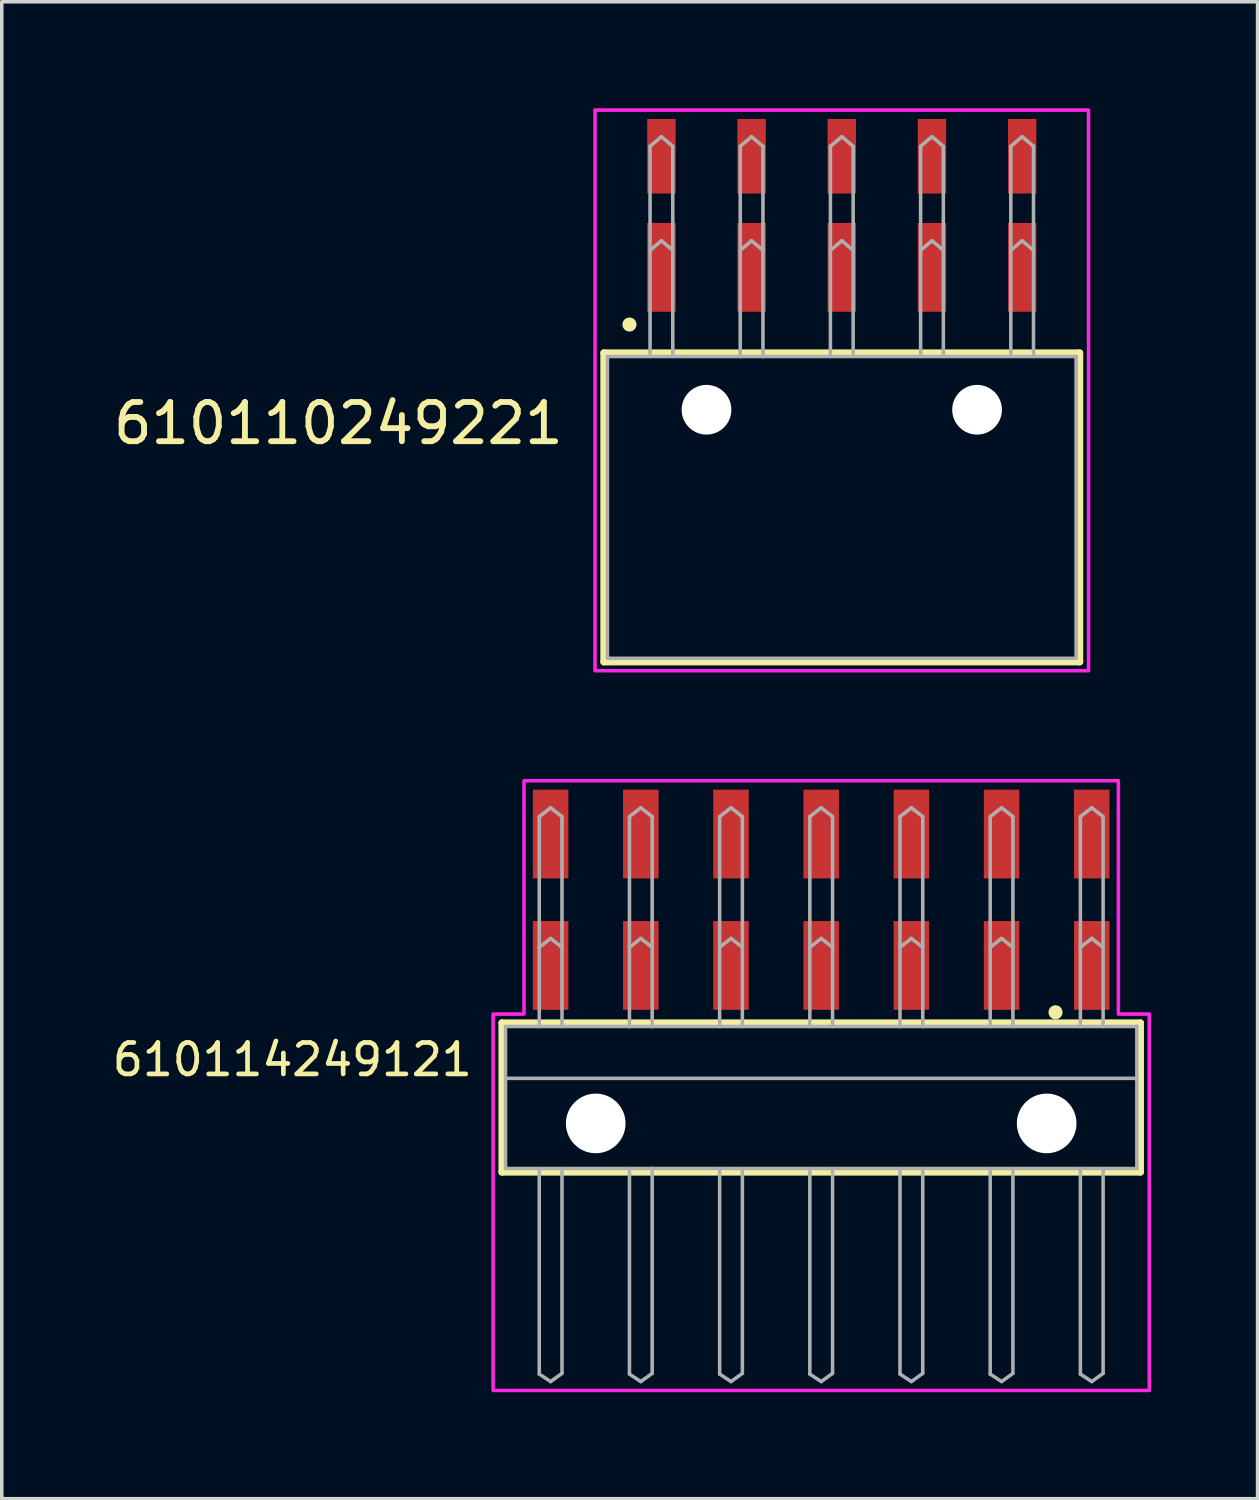
<source format=kicad_pcb>
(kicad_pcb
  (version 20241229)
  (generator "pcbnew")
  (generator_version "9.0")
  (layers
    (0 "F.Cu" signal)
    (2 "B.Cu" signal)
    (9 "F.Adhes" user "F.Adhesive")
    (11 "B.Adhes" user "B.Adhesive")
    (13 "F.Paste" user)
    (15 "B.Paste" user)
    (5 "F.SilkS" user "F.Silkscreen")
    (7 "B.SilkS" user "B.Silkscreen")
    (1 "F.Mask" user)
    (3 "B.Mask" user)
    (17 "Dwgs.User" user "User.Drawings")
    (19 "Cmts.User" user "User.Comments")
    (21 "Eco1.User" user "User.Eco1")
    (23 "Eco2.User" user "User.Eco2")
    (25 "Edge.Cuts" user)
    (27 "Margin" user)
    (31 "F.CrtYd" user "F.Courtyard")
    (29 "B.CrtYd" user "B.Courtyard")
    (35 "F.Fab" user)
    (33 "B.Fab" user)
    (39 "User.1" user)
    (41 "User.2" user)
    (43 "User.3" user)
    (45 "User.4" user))
  (footprint "610114249121"
    (layer "F.Cu")
    (at 20.078 28.59)
    (property "Reference" "610114249121" (at -9.756 -1.28 0) (unlocked yes) (layer "F.SilkS") (effects (font (size 0.884 0.884) (thickness 0.132)) (justify right bottom)))
    (fp_line (start -8.99 -2.83) (end 8.99 -2.83) (stroke (width 0.2) (type solid)) (layer "F.SilkS"))
    (fp_line (start -8.99 1.37) (end -8.99 -2.83) (stroke (width 0.2) (type solid)) (layer "F.SilkS"))
    (fp_line (start 8.99 -2.83) (end 8.99 1.37) (stroke (width 0.2) (type solid)) (layer "F.SilkS"))
    (fp_line (start 8.99 1.37) (end -8.99 1.37) (stroke (width 0.2) (type solid)) (layer "F.SilkS"))
    (fp_circle (center 6.6 -3.13) (end 6.7 -3.13) (stroke (width 0.2) (type solid)) (fill no) (layer "F.SilkS"))
    (fp_poly (pts (xy 8.37 -3.08) (xy 9.24 -3.08) (xy 9.24 7.52) (xy -9.24 7.52) (xy -9.24 -3.08) (xy -8.37 -3.08) (xy -8.37 -9.65) (xy 8.37 -9.65)) (stroke (width 0.1) (type default)) (fill no) (layer "F.CrtYd"))
    (fp_line (start -8.89 -2.73) (end -8.89 1.27) (stroke (width 0.1) (type solid)) (layer "F.Fab"))
    (fp_line (start -8.88 -1.27) (end 8.88 -1.27) (stroke (width 0.1) (type solid)) (layer "F.Fab"))
    (fp_line (start -7.94 -4.96) (end -7.94 -8.64) (stroke (width 0.1) (type solid)) (layer "F.Fab"))
    (fp_line (start -7.94 -2.73) (end -7.94 -4.96) (stroke (width 0.1) (type solid)) (layer "F.Fab"))
    (fp_line (start -7.94 1.27) (end -7.94 7.06) (stroke (width 0.1) (type solid)) (layer "F.Fab"))
    (fp_line (start -7.94 7.06) (end -7.62 7.27) (stroke (width 0.1) (type solid)) (layer "F.Fab"))
    (fp_line (start -7.62 -8.89) (end -7.94 -8.64) (stroke (width 0.1) (type solid)) (layer "F.Fab"))
    (fp_line (start -7.62 -8.89) (end -7.3 -8.64) (stroke (width 0.1) (type solid)) (layer "F.Fab"))
    (fp_line (start -7.62 -5.21) (end -7.94 -4.96) (stroke (width 0.1) (type solid)) (layer "F.Fab"))
    (fp_line (start -7.62 -5.21) (end -7.3 -4.96) (stroke (width 0.1) (type solid)) (layer "F.Fab"))
    (fp_line (start -7.62 7.27) (end -7.3 7.04) (stroke (width 0.1) (type solid)) (layer "F.Fab"))
    (fp_line (start -7.3 -8.64) (end -7.3 -4.96) (stroke (width 0.1) (type solid)) (layer "F.Fab"))
    (fp_line (start -7.3 -4.96) (end -7.3 -2.73) (stroke (width 0.1) (type solid)) (layer "F.Fab"))
    (fp_line (start -7.3 7.04) (end -7.3 1.27) (stroke (width 0.1) (type solid)) (layer "F.Fab"))
    (fp_line (start -5.4 -4.96) (end -5.4 -8.64) (stroke (width 0.1) (type solid)) (layer "F.Fab"))
    (fp_line (start -5.4 -2.73) (end -8.89 -2.73) (stroke (width 0.1) (type solid)) (layer "F.Fab"))
    (fp_line (start -5.4 -2.73) (end -5.4 -4.96) (stroke (width 0.1) (type solid)) (layer "F.Fab"))
    (fp_line (start -5.4 1.27) (end -8.89 1.27) (stroke (width 0.1) (type solid)) (layer "F.Fab"))
    (fp_line (start -5.4 1.27) (end -5.4 7.06) (stroke (width 0.1) (type solid)) (layer "F.Fab"))
    (fp_line (start -5.4 7.06) (end -5.08 7.27) (stroke (width 0.1) (type solid)) (layer "F.Fab"))
    (fp_line (start -5.08 -8.89) (end -5.4 -8.64) (stroke (width 0.1) (type solid)) (layer "F.Fab"))
    (fp_line (start -5.08 -8.89) (end -4.76 -8.64) (stroke (width 0.1) (type solid)) (layer "F.Fab"))
    (fp_line (start -5.08 -5.21) (end -5.4 -4.96) (stroke (width 0.1) (type solid)) (layer "F.Fab"))
    (fp_line (start -5.08 -5.21) (end -4.76 -4.96) (stroke (width 0.1) (type solid)) (layer "F.Fab"))
    (fp_line (start -5.08 7.27) (end -4.76 7.04) (stroke (width 0.1) (type solid)) (layer "F.Fab"))
    (fp_line (start -4.76 -8.64) (end -4.76 -4.96) (stroke (width 0.1) (type solid)) (layer "F.Fab"))
    (fp_line (start -4.76 -4.96) (end -4.76 -2.73) (stroke (width 0.1) (type solid)) (layer "F.Fab"))
    (fp_line (start -4.76 -2.73) (end -5.4 -2.73) (stroke (width 0.1) (type solid)) (layer "F.Fab"))
    (fp_line (start -4.76 1.27) (end -5.4 1.27) (stroke (width 0.1) (type solid)) (layer "F.Fab"))
    (fp_line (start -4.76 7.04) (end -4.76 1.27) (stroke (width 0.1) (type solid)) (layer "F.Fab"))
    (fp_line (start -2.86 -4.96) (end -2.86 -8.64) (stroke (width 0.1) (type solid)) (layer "F.Fab"))
    (fp_line (start -2.86 -2.73) (end -2.86 -4.96) (stroke (width 0.1) (type solid)) (layer "F.Fab"))
    (fp_line (start -2.86 1.27) (end -2.86 7.06) (stroke (width 0.1) (type solid)) (layer "F.Fab"))
    (fp_line (start -2.86 7.06) (end -2.54 7.27) (stroke (width 0.1) (type solid)) (layer "F.Fab"))
    (fp_line (start -2.54 -8.89) (end -2.86 -8.64) (stroke (width 0.1) (type solid)) (layer "F.Fab"))
    (fp_line (start -2.54 -8.89) (end -2.22 -8.64) (stroke (width 0.1) (type solid)) (layer "F.Fab"))
    (fp_line (start -2.54 -5.21) (end -2.86 -4.96) (stroke (width 0.1) (type solid)) (layer "F.Fab"))
    (fp_line (start -2.54 -5.21) (end -2.22 -4.96) (stroke (width 0.1) (type solid)) (layer "F.Fab"))
    (fp_line (start -2.54 7.27) (end -2.22 7.04) (stroke (width 0.1) (type solid)) (layer "F.Fab"))
    (fp_line (start -2.22 -8.64) (end -2.22 -4.96) (stroke (width 0.1) (type solid)) (layer "F.Fab"))
    (fp_line (start -2.22 -4.96) (end -2.22 -2.73) (stroke (width 0.1) (type solid)) (layer "F.Fab"))
    (fp_line (start -2.22 7.04) (end -2.22 1.27) (stroke (width 0.1) (type solid)) (layer "F.Fab"))
    (fp_line (start -0.32 -4.96) (end -0.32 -8.64) (stroke (width 0.1) (type solid)) (layer "F.Fab"))
    (fp_line (start -0.32 -2.73) (end -0.32 -4.96) (stroke (width 0.1) (type solid)) (layer "F.Fab"))
    (fp_line (start -0.32 1.27) (end -0.32 7.06) (stroke (width 0.1) (type solid)) (layer "F.Fab"))
    (fp_line (start -0.32 7.06) (end 0 7.27) (stroke (width 0.1) (type solid)) (layer "F.Fab"))
    (fp_line (start 0 -8.89) (end -0.32 -8.64) (stroke (width 0.1) (type solid)) (layer "F.Fab"))
    (fp_line (start 0 -8.89) (end 0.32 -8.64) (stroke (width 0.1) (type solid)) (layer "F.Fab"))
    (fp_line (start 0 -5.21) (end -0.32 -4.96) (stroke (width 0.1) (type solid)) (layer "F.Fab"))
    (fp_line (start 0 -5.21) (end 0.32 -4.96) (stroke (width 0.1) (type solid)) (layer "F.Fab"))
    (fp_line (start 0 7.27) (end 0.32 7.04) (stroke (width 0.1) (type solid)) (layer "F.Fab"))
    (fp_line (start 0.32 -8.64) (end 0.32 -4.96) (stroke (width 0.1) (type solid)) (layer "F.Fab"))
    (fp_line (start 0.32 -4.96) (end 0.32 -2.73) (stroke (width 0.1) (type solid)) (layer "F.Fab"))
    (fp_line (start 0.32 7.04) (end 0.32 1.27) (stroke (width 0.1) (type solid)) (layer "F.Fab"))
    (fp_line (start 2.22 -4.96) (end 2.22 -8.64) (stroke (width 0.1) (type solid)) (layer "F.Fab"))
    (fp_line (start 2.22 -2.73) (end 2.22 -4.96) (stroke (width 0.1) (type solid)) (layer "F.Fab"))
    (fp_line (start 2.22 1.27) (end 2.22 7.06) (stroke (width 0.1) (type solid)) (layer "F.Fab"))
    (fp_line (start 2.22 7.06) (end 2.54 7.27) (stroke (width 0.1) (type solid)) (layer "F.Fab"))
    (fp_line (start 2.54 -8.89) (end 2.22 -8.64) (stroke (width 0.1) (type solid)) (layer "F.Fab"))
    (fp_line (start 2.54 -8.89) (end 2.86 -8.64) (stroke (width 0.1) (type solid)) (layer "F.Fab"))
    (fp_line (start 2.54 -5.21) (end 2.22 -4.96) (stroke (width 0.1) (type solid)) (layer "F.Fab"))
    (fp_line (start 2.54 -5.21) (end 2.86 -4.96) (stroke (width 0.1) (type solid)) (layer "F.Fab"))
    (fp_line (start 2.54 7.27) (end 2.86 7.04) (stroke (width 0.1) (type solid)) (layer "F.Fab"))
    (fp_line (start 2.86 -8.64) (end 2.86 -4.96) (stroke (width 0.1) (type solid)) (layer "F.Fab"))
    (fp_line (start 2.86 -4.96) (end 2.86 -2.73) (stroke (width 0.1) (type solid)) (layer "F.Fab"))
    (fp_line (start 2.86 7.04) (end 2.86 1.27) (stroke (width 0.1) (type solid)) (layer "F.Fab"))
    (fp_line (start 4.76 -4.96) (end 4.76 -8.64) (stroke (width 0.1) (type solid)) (layer "F.Fab"))
    (fp_line (start 4.76 -2.73) (end 4.76 -4.96) (stroke (width 0.1) (type solid)) (layer "F.Fab"))
    (fp_line (start 4.76 1.27) (end 4.76 7.06) (stroke (width 0.1) (type solid)) (layer "F.Fab"))
    (fp_line (start 4.76 7.06) (end 5.08 7.27) (stroke (width 0.1) (type solid)) (layer "F.Fab"))
    (fp_line (start 5.08 -8.89) (end 4.76 -8.64) (stroke (width 0.1) (type solid)) (layer "F.Fab"))
    (fp_line (start 5.08 -8.89) (end 5.4 -8.64) (stroke (width 0.1) (type solid)) (layer "F.Fab"))
    (fp_line (start 5.08 -5.21) (end 4.76 -4.96) (stroke (width 0.1) (type solid)) (layer "F.Fab"))
    (fp_line (start 5.08 -5.21) (end 5.4 -4.96) (stroke (width 0.1) (type solid)) (layer "F.Fab"))
    (fp_line (start 5.08 7.27) (end 5.4 7.04) (stroke (width 0.1) (type solid)) (layer "F.Fab"))
    (fp_line (start 5.4 -8.64) (end 5.4 -4.96) (stroke (width 0.1) (type solid)) (layer "F.Fab"))
    (fp_line (start 5.4 -4.96) (end 5.4 -2.73) (stroke (width 0.1) (type solid)) (layer "F.Fab"))
    (fp_line (start 5.4 7.04) (end 5.4 1.27) (stroke (width 0.1) (type solid)) (layer "F.Fab"))
    (fp_line (start 7.3 -4.96) (end 7.3 -8.64) (stroke (width 0.1) (type solid)) (layer "F.Fab"))
    (fp_line (start 7.3 -2.73) (end 7.3 -4.96) (stroke (width 0.1) (type solid)) (layer "F.Fab"))
    (fp_line (start 7.3 1.27) (end 7.3 7.06) (stroke (width 0.1) (type solid)) (layer "F.Fab"))
    (fp_line (start 7.3 7.06) (end 7.62 7.27) (stroke (width 0.1) (type solid)) (layer "F.Fab"))
    (fp_line (start 7.62 -8.89) (end 7.3 -8.64) (stroke (width 0.1) (type solid)) (layer "F.Fab"))
    (fp_line (start 7.62 -8.89) (end 7.94 -8.64) (stroke (width 0.1) (type solid)) (layer "F.Fab"))
    (fp_line (start 7.62 -5.21) (end 7.3 -4.96) (stroke (width 0.1) (type solid)) (layer "F.Fab"))
    (fp_line (start 7.62 -5.21) (end 7.94 -4.96) (stroke (width 0.1) (type solid)) (layer "F.Fab"))
    (fp_line (start 7.62 7.27) (end 7.94 7.04) (stroke (width 0.1) (type solid)) (layer "F.Fab"))
    (fp_line (start 7.94 -8.64) (end 7.94 -4.96) (stroke (width 0.1) (type solid)) (layer "F.Fab"))
    (fp_line (start 7.94 -4.96) (end 7.94 -2.73) (stroke (width 0.1) (type solid)) (layer "F.Fab"))
    (fp_line (start 7.94 7.04) (end 7.94 1.27) (stroke (width 0.1) (type solid)) (layer "F.Fab"))
    (fp_line (start 8.89 -2.73) (end -4.76 -2.73) (stroke (width 0.1) (type solid)) (layer "F.Fab"))
    (fp_line (start 8.89 -2.73) (end 8.89 1.27) (stroke (width 0.1) (type solid)) (layer "F.Fab"))
    (fp_line (start 8.89 1.27) (end -4.76 1.27) (stroke (width 0.1) (type solid)) (layer "F.Fab"))
    (pad "" np_thru_hole circle (at -6.35 0) (size 1.68 1.68) (drill 1.68) (layers "*.Cu" "*.Mask"))
    (pad "" np_thru_hole circle (at 6.35 0) (size 1.68 1.68) (drill 1.68) (layers "*.Cu" "*.Mask"))
    (pad "1" smd rect (at 7.62 -4.45) (size 1 2.5) (layers "F.Cu" "F.Mask" "F.Paste"))
    (pad "2" smd rect (at 7.62 -8.15) (size 1 2.5) (layers "F.Cu" "F.Mask" "F.Paste"))
    (pad "3" smd rect (at 5.08 -4.45) (size 1 2.5) (layers "F.Cu" "F.Mask" "F.Paste"))
    (pad "4" smd rect (at 5.08 -8.15) (size 1 2.5) (layers "F.Cu" "F.Mask" "F.Paste"))
    (pad "5" smd rect (at 2.54 -4.45) (size 1 2.5) (layers "F.Cu" "F.Mask" "F.Paste"))
    (pad "6" smd rect (at 2.54 -8.15 180) (size 1 2.5) (layers "F.Cu" "F.Mask" "F.Paste"))
    (pad "7" smd rect (at 0 -4.45) (size 1 2.5) (layers "F.Cu" "F.Mask" "F.Paste"))
    (pad "8" smd rect (at 0 -8.15 180) (size 1 2.5) (layers "F.Cu" "F.Mask" "F.Paste"))
    (pad "9" smd rect (at -2.54 -4.45) (size 1 2.5) (layers "F.Cu" "F.Mask" "F.Paste"))
    (pad "10" smd rect (at -2.54 -8.15 180) (size 1 2.5) (layers "F.Cu" "F.Mask" "F.Paste"))
    (pad "11" smd rect (at -5.08 -4.45) (size 1 2.5) (layers "F.Cu" "F.Mask" "F.Paste"))
    (pad "12" smd rect (at -5.08 -8.15 180) (size 1 2.5) (layers "F.Cu" "F.Mask" "F.Paste"))
    (pad "13" smd rect (at -7.62 -4.45) (size 1 2.5) (layers "F.Cu" "F.Mask" "F.Paste"))
    (pad "14" smd rect (at -7.62 -8.15 180) (size 1 2.5) (layers "F.Cu" "F.Mask" "F.Paste")))
  (footprint "610110249221"
    (layer "F.Cu")
    (at 20.658 11.24)
    (property "Reference" "610110249221" (at -7.756 -1.72 0) (unlocked yes) (layer "F.SilkS") (effects (font (size 1.105 1.105) (thickness 0.165)) (justify right bottom)))
    (fp_line (start -6.7 -4.35) (end 6.7 -4.35) (stroke (width 0.2) (type solid)) (layer "F.SilkS"))
    (fp_line (start -6.7 4.35) (end -6.7 -4.35) (stroke (width 0.2) (type solid)) (layer "F.SilkS"))
    (fp_line (start 6.7 -4.35) (end 6.7 4.35) (stroke (width 0.2) (type solid)) (layer "F.SilkS"))
    (fp_line (start 6.7 4.35) (end -6.7 4.35) (stroke (width 0.2) (type solid)) (layer "F.SilkS"))
    (fp_circle (center -5.98 -5.15) (end -5.88 -5.15) (stroke (width 0.2) (type solid)) (fill no) (layer "F.SilkS"))
    (fp_poly (pts (xy 6.95 4.6) (xy -6.95 4.6) (xy -6.95 -11.19) (xy 6.95 -11.19)) (stroke (width 0.1) (type default)) (fill no) (layer "F.CrtYd"))
    (fp_line (start -6.6 -4.25) (end -6.6 4.25) (stroke (width 0.1) (type solid)) (layer "F.Fab"))
    (fp_line (start -5.4 -10.17) (end -5.4 -4.25) (stroke (width 0.1) (type solid)) (layer "F.Fab"))
    (fp_line (start -5.4 -10.17) (end -5.08 -10.44) (stroke (width 0.1) (type solid)) (layer "F.Fab"))
    (fp_line (start -5.4 -7.24) (end -5.08 -7.51) (stroke (width 0.1) (type solid)) (layer "F.Fab"))
    (fp_line (start -5.08 -10.44) (end -4.76 -10.17) (stroke (width 0.1) (type solid)) (layer "F.Fab"))
    (fp_line (start -5.08 -7.51) (end -4.76 -7.24) (stroke (width 0.1) (type solid)) (layer "F.Fab"))
    (fp_line (start -4.76 -10.17) (end -4.76 -4.25) (stroke (width 0.1) (type solid)) (layer "F.Fab"))
    (fp_line (start -2.86 -10.17) (end -2.86 -4.25) (stroke (width 0.1) (type solid)) (layer "F.Fab"))
    (fp_line (start -2.86 -10.17) (end -2.54 -10.44) (stroke (width 0.1) (type solid)) (layer "F.Fab"))
    (fp_line (start -2.86 -7.24) (end -2.54 -7.51) (stroke (width 0.1) (type solid)) (layer "F.Fab"))
    (fp_line (start -2.86 -4.25) (end -6.6 -4.25) (stroke (width 0.1) (type solid)) (layer "F.Fab"))
    (fp_line (start -2.54 -10.44) (end -2.22 -10.17) (stroke (width 0.1) (type solid)) (layer "F.Fab"))
    (fp_line (start -2.54 -7.51) (end -2.22 -7.24) (stroke (width 0.1) (type solid)) (layer "F.Fab"))
    (fp_line (start -2.22 -10.17) (end -2.22 -4.25) (stroke (width 0.1) (type solid)) (layer "F.Fab"))
    (fp_line (start -2.22 -4.25) (end -2.86 -4.25) (stroke (width 0.1) (type solid)) (layer "F.Fab"))
    (fp_line (start -0.32 -10.17) (end -0.32 -4.25) (stroke (width 0.1) (type solid)) (layer "F.Fab"))
    (fp_line (start -0.32 -10.17) (end 0 -10.44) (stroke (width 0.1) (type solid)) (layer "F.Fab"))
    (fp_line (start -0.32 -7.24) (end 0 -7.51) (stroke (width 0.1) (type solid)) (layer "F.Fab"))
    (fp_line (start 0 -10.44) (end 0.32 -10.17) (stroke (width 0.1) (type solid)) (layer "F.Fab"))
    (fp_line (start 0 -7.51) (end 0.32 -7.24) (stroke (width 0.1) (type solid)) (layer "F.Fab"))
    (fp_line (start 0.32 -10.17) (end 0.32 -4.25) (stroke (width 0.1) (type solid)) (layer "F.Fab"))
    (fp_line (start 2.22 -10.17) (end 2.22 -4.25) (stroke (width 0.1) (type solid)) (layer "F.Fab"))
    (fp_line (start 2.22 -10.17) (end 2.54 -10.44) (stroke (width 0.1) (type solid)) (layer "F.Fab"))
    (fp_line (start 2.22 -7.24) (end 2.54 -7.51) (stroke (width 0.1) (type solid)) (layer "F.Fab"))
    (fp_line (start 2.54 -10.44) (end 2.86 -10.17) (stroke (width 0.1) (type solid)) (layer "F.Fab"))
    (fp_line (start 2.54 -7.51) (end 2.86 -7.24) (stroke (width 0.1) (type solid)) (layer "F.Fab"))
    (fp_line (start 2.86 -10.17) (end 2.86 -4.25) (stroke (width 0.1) (type solid)) (layer "F.Fab"))
    (fp_line (start 4.76 -10.17) (end 4.76 -4.25) (stroke (width 0.1) (type solid)) (layer "F.Fab"))
    (fp_line (start 4.76 -10.17) (end 5.08 -10.44) (stroke (width 0.1) (type solid)) (layer "F.Fab"))
    (fp_line (start 4.76 -7.24) (end 5.08 -7.51) (stroke (width 0.1) (type solid)) (layer "F.Fab"))
    (fp_line (start 5.08 -10.44) (end 5.4 -10.17) (stroke (width 0.1) (type solid)) (layer "F.Fab"))
    (fp_line (start 5.08 -7.51) (end 5.4 -7.24) (stroke (width 0.1) (type solid)) (layer "F.Fab"))
    (fp_line (start 5.4 -10.17) (end 5.4 -4.25) (stroke (width 0.1) (type solid)) (layer "F.Fab"))
    (fp_line (start 6.6 -4.25) (end -2.22 -4.25) (stroke (width 0.1) (type solid)) (layer "F.Fab"))
    (fp_line (start 6.6 -4.25) (end 6.6 4.25) (stroke (width 0.1) (type solid)) (layer "F.Fab"))
    (fp_line (start 6.6 4.25) (end -6.6 4.25) (stroke (width 0.1) (type solid)) (layer "F.Fab"))
    (pad "" np_thru_hole circle (at -3.81 -2.75) (size 1.4 1.4) (drill 1.4) (layers "*.Cu" "*.Mask"))
    (pad "" np_thru_hole circle (at 3.81 -2.75) (size 1.4 1.4) (drill 1.4) (layers "*.Cu" "*.Mask"))
    (pad "1" smd rect (at -5.08 -6.76 180) (size 0.8 2.5) (layers "F.Cu" "F.Mask" "F.Paste"))
    (pad "2" smd rect (at -5.08 -9.89 180) (size 0.8 2.1) (layers "F.Cu" "F.Mask" "F.Paste"))
    (pad "3" smd rect (at -2.54 -6.76 180) (size 0.8 2.5) (layers "F.Cu" "F.Mask" "F.Paste"))
    (pad "4" smd rect (at -2.54 -9.89 180) (size 0.8 2.1) (layers "F.Cu" "F.Mask" "F.Paste"))
    (pad "5" smd rect (at 0 -6.76 180) (size 0.8 2.5) (layers "F.Cu" "F.Mask" "F.Paste"))
    (pad "6" smd rect (at 0 -9.89 180) (size 0.8 2.1) (layers "F.Cu" "F.Mask" "F.Paste"))
    (pad "7" smd rect (at 2.54 -6.76 180) (size 0.8 2.5) (layers "F.Cu" "F.Mask" "F.Paste"))
    (pad "8" smd rect (at 2.54 -9.89 180) (size 0.8 2.1) (layers "F.Cu" "F.Mask" "F.Paste"))
    (pad "9" smd rect (at 5.08 -6.76 180) (size 0.8 2.5) (layers "F.Cu" "F.Mask" "F.Paste"))
    (pad "10" smd rect (at 5.08 -9.89 180) (size 0.8 2.1) (layers "F.Cu" "F.Mask" "F.Paste")))
  (gr_rect
    (start -3 -3)
    (end 32.368 39.16)
    (stroke (width 0.1) (type default))
    (fill no)
    (layer "Edge.Cuts")))
</source>
